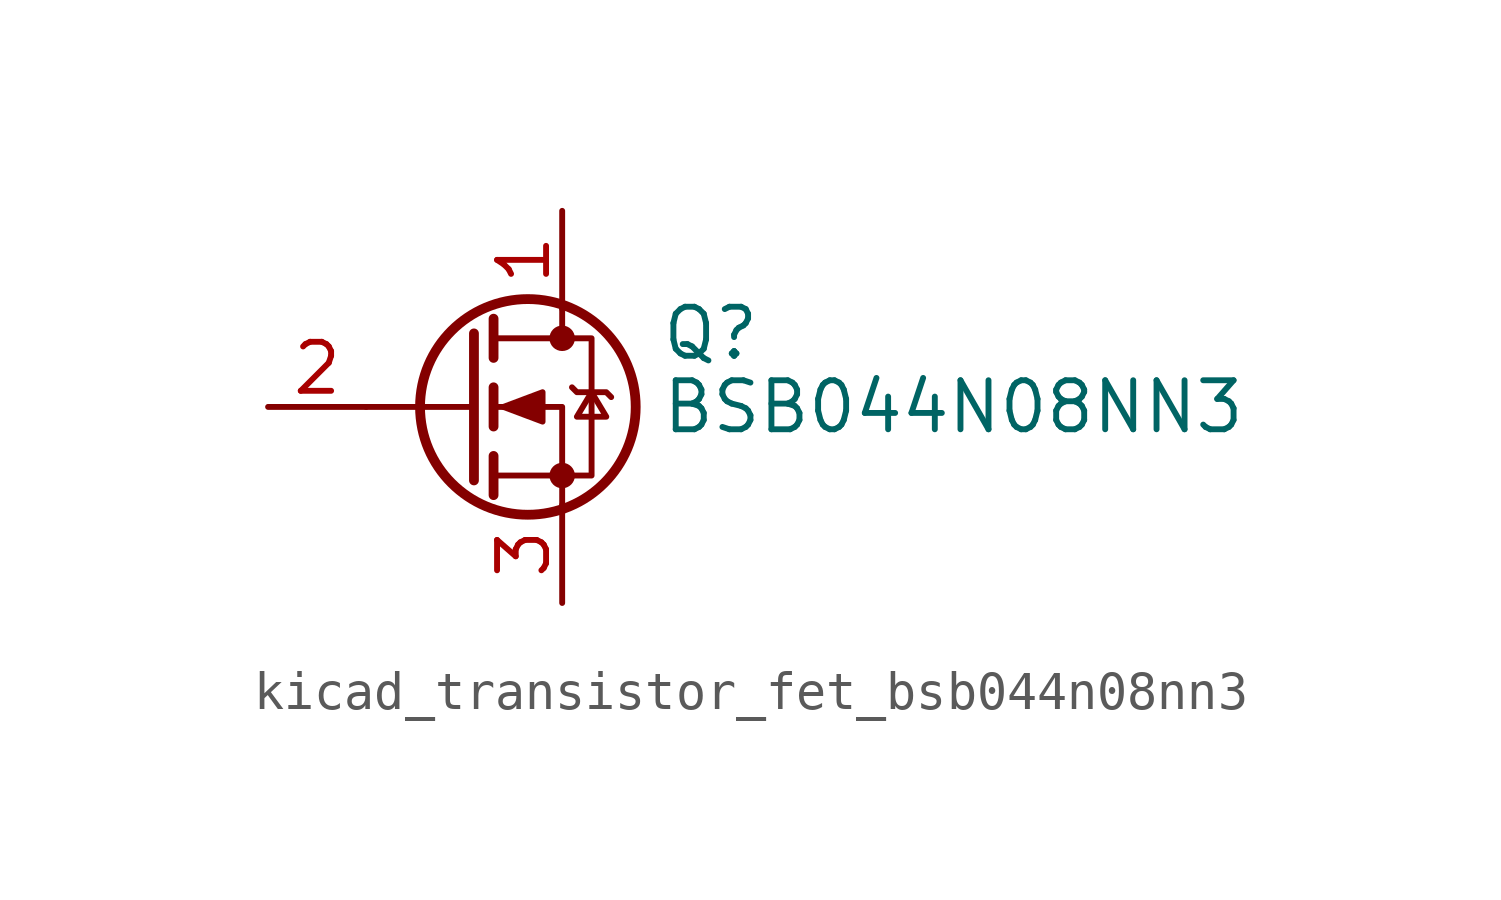
<source format=kicad_sym>
(kicad_symbol_lib
  (version 20220914)
  (generator kicad_symbol_editor)
  (symbol "kicad_transistor_fet_bsb044n08nn3"
    (pin_names hide)
    (property "Reference" "Q"
      (at 5.08 1.905 0)
      (effects (font (size 1.27 1.27)) (justify left)))
    (property "Value" "BSB044N08NN3"
      (at 5.08 0 0)
      (effects (font (size 1.27 1.27)) (justify left)))
    (symbol "kicad_transistor_fet_bsb044n08nn3_0_1"
      (polyline (pts (xy 0.254 0) (xy -2.54 0)) (stroke (width 0) (type default)) (fill (type none)))
      (polyline (pts (xy 0.254 1.905) (xy 0.254 -1.905)) (stroke (width 0.254) (type default)) (fill (type none)))
      (polyline (pts (xy 0.762 -1.27) (xy 0.762 -2.286)) (stroke (width 0.254) (type default)) (fill (type none)))
      (polyline (pts (xy 0.762 0.508) (xy 0.762 -0.508)) (stroke (width 0.254) (type default)) (fill (type none)))
      (polyline (pts (xy 0.762 2.286) (xy 0.762 1.27)) (stroke (width 0.254) (type default)) (fill (type none)))
      (polyline (pts (xy 2.54 2.54) (xy 2.54 1.778)) (stroke (width 0) (type default)) (fill (type none)))
      (polyline (pts (xy 2.54 -2.54) (xy 2.54 0) (xy 0.762 0)) (stroke (width 0) (type default)) (fill (type none)))
      (polyline (pts (xy 0.762 -1.778) (xy 3.302 -1.778) (xy 3.302 1.778) (xy 0.762 1.778)) (stroke (width 0) (type default)) (fill (type none)))
      (polyline (pts (xy 1.016 0) (xy 2.032 0.381) (xy 2.032 -0.381) (xy 1.016 0)) (stroke (width 0) (type default)) (fill (type outline)))
      (polyline (pts (xy 2.794 0.508) (xy 2.921 0.381) (xy 3.683 0.381) (xy 3.81 0.254)) (stroke (width 0) (type default)) (fill (type none)))
      (polyline (pts (xy 3.302 0.381) (xy 2.921 -0.254) (xy 3.683 -0.254) (xy 3.302 0.381)) (stroke (width 0) (type default)) (fill (type none)))
      (circle (center 1.651 0) (radius 2.794) (stroke (width 0.254) (type default)) (fill (type none)))
      (circle (center 2.54 -1.778) (radius 0.254) (stroke (width 0) (type default)) (fill (type outline)))
      (circle (center 2.54 1.778) (radius 0.254) (stroke (width 0) (type default)) (fill (type outline))))
    (symbol "kicad_transistor_fet_bsb044n08nn3_1_1"
      (pin passive line (at 2.54 5.08 270) (length 2.54) (name "D" (effects (font (size 1.27 1.27)))) (number "1" (effects (font (size 1.27 1.27)))))
      (pin input line (at -5.08 0 0) (length 2.54) (name "G" (effects (font (size 1.27 1.27)))) (number "2" (effects (font (size 1.27 1.27)))))
      (pin passive line (at 2.54 -5.08 90) (length 2.54) (name "S" (effects (font (size 1.27 1.27)))) (number "3" (effects (font (size 1.27 1.27))))))))
</source>
